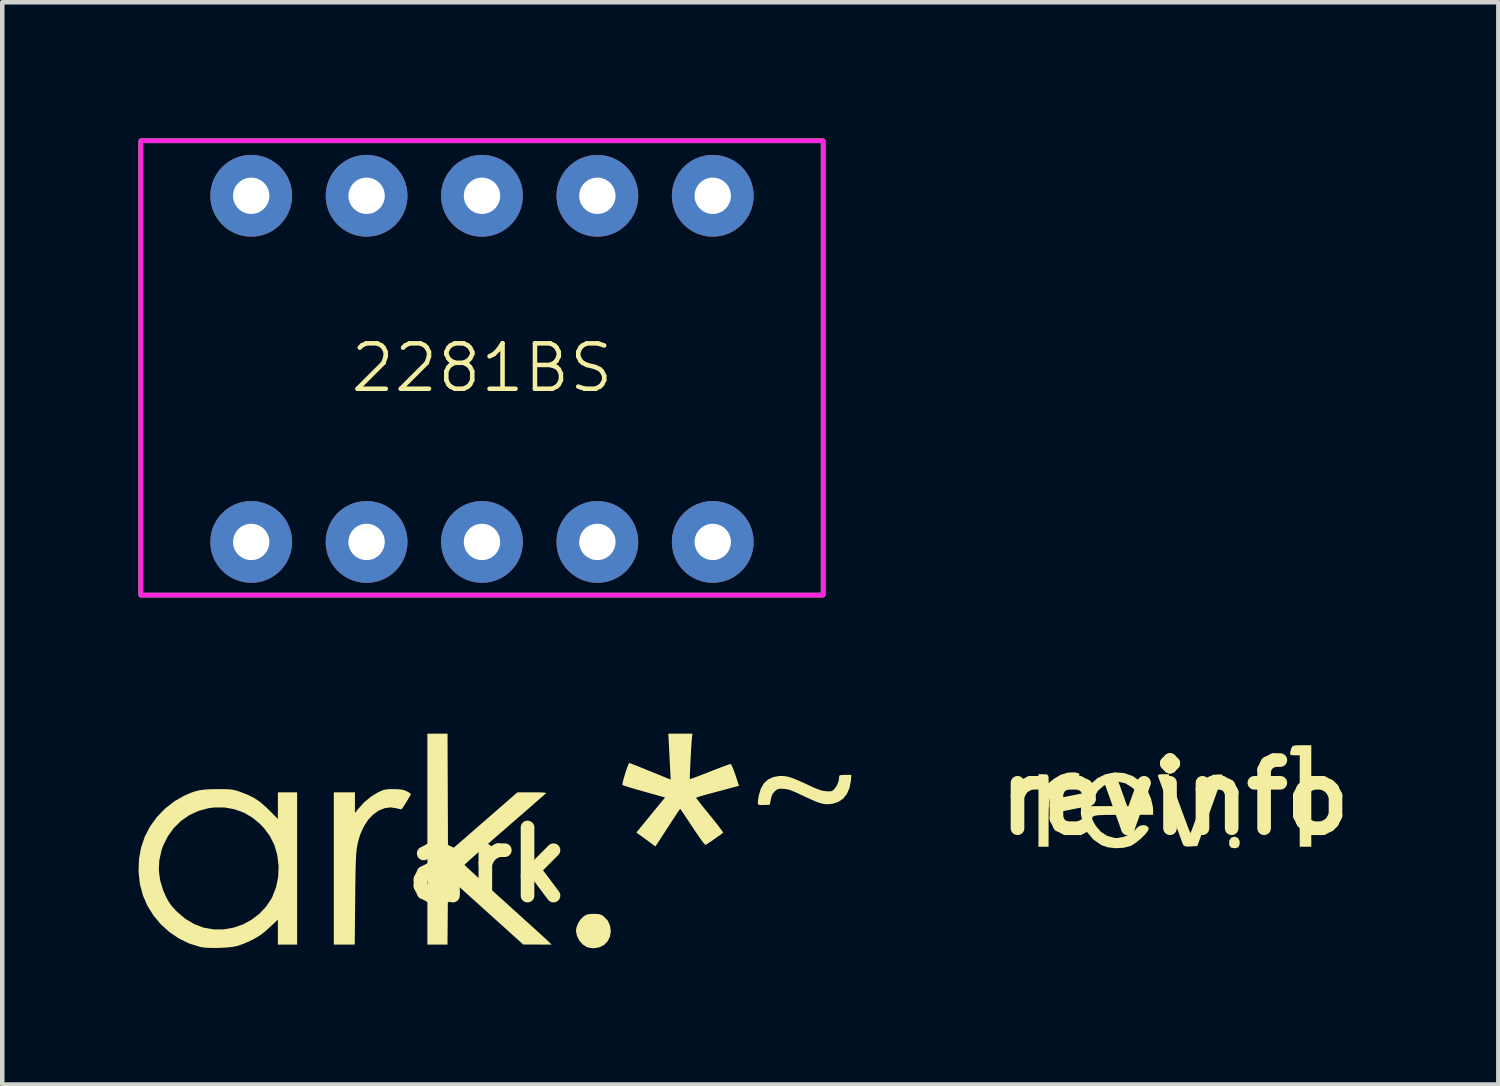
<source format=kicad_pcb>
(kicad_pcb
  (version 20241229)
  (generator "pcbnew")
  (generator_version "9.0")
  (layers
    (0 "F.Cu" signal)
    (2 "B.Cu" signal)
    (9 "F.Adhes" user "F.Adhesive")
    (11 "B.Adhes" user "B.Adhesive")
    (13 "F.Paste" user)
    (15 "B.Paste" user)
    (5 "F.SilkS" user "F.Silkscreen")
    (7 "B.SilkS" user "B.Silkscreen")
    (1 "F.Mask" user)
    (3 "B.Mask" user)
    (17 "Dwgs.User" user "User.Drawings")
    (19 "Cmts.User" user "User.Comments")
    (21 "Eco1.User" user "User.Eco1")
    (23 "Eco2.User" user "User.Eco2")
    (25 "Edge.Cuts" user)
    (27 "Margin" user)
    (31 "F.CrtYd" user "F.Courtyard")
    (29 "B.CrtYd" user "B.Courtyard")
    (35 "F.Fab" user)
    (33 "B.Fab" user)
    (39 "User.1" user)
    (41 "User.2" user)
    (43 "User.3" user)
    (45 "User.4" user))
  (footprint "2281BS"
    (layer "F.Cu")
    (at 7.56 5.07)
    (property "Reference" "2281BS" (at 0 -0.02 0) (unlocked yes) (layer "F.SilkS") (effects (font (size 1 1) (thickness 0.1))))
    (attr through_hole)
    (fp_rect (start -7.51 -5.02) (end 7.51 4.98) (stroke (width 0.1) (type default)) (fill no) (layer "F.SilkS"))
    (fp_rect (start -7.51 -5.02) (end 7.51 4.98) (stroke (width 0.1) (type default)) (fill no) (layer "F.CrtYd"))
    (pad "1" thru_hole circle (at -5.08 3.81) (size 1.8 1.8) (drill 0.8) (layers "*.Cu" "*.Mask"))
    (pad "2" thru_hole circle (at -2.54 3.81) (size 1.8 1.8) (drill 0.8) (layers "*.Cu" "*.Mask"))
    (pad "3" thru_hole circle (at 0 3.81) (size 1.8 1.8) (drill 0.8) (layers "*.Cu" "*.Mask"))
    (pad "4" thru_hole circle (at 2.54 3.81) (size 1.8 1.8) (drill 0.8) (layers "*.Cu" "*.Mask"))
    (pad "5" thru_hole circle (at 5.08 3.81) (size 1.8 1.8) (drill 0.8) (layers "*.Cu" "*.Mask"))
    (pad "6" thru_hole circle (at 5.08 -3.81) (size 1.8 1.8) (drill 0.8) (layers "*.Cu" "*.Mask"))
    (pad "7" thru_hole circle (at 2.54 -3.81) (size 1.8 1.8) (drill 0.8) (layers "*.Cu" "*.Mask"))
    (pad "8" thru_hole circle (at 0 -3.81) (size 1.8 1.8) (drill 0.8) (layers "*.Cu" "*.Mask"))
    (pad "9" thru_hole circle (at -2.54 -3.81) (size 1.8 1.8) (drill 0.8) (layers "*.Cu" "*.Mask"))
    (pad "10" thru_hole circle (at -5.08 -3.81) (size 1.8 1.8) (drill 0.8) (layers "*.Cu" "*.Mask")))
  (footprint "revinfo"
    (layer "F.Cu")
    (at 22.813 14.504)
    (property "Reference" "revinfo" (at 0 0 0) (layer "F.SilkS") (effects (font (size 1.5 1.5) (thickness 0.3))))
    (attr board_only exclude_from_pos_files exclude_from_bom)
    (fp_poly (pts (xy 1.384 0.89) (xy 1.426 0.958) (xy 1.425 1.038) (xy 1.394 1.098) (xy 1.331 1.118) (xy 1.31 1.118) (xy 1.236 1.105) (xy 1.2 1.056) (xy 1.195 1.038) (xy 1.197 0.948) (xy 1.243 0.884) (xy 1.31 0.863)) (stroke (width 0) (type solid)) (fill yes) (layer "F.SilkS"))
    (fp_poly (pts (xy 3.003 -0.032) (xy 3.003 1.086) (xy 2.875 1.086) (xy 2.748 1.086) (xy 2.748 0.08) (xy 2.748 -0.927) (xy 2.635 -0.927) (xy 2.561 -0.931) (xy 2.535 -0.952) (xy 2.542 -1.007) (xy 2.544 -1.014) (xy 2.563 -1.086) (xy 2.59 -1.126) (xy 2.641 -1.145) (xy 2.73 -1.15) (xy 2.797 -1.15) (xy 3.003 -1.15)) (stroke (width 0) (type solid)) (fill yes) (layer "F.SilkS"))
    (fp_poly (pts (xy -2.177 -0.547) (xy -2.115 -0.53) (xy -2.098 -0.503) (xy -2.118 -0.442) (xy -2.126 -0.423) (xy -2.16 -0.358) (xy -2.204 -0.328) (xy -2.282 -0.32) (xy -2.31 -0.319) (xy -2.473 -0.289) (xy -2.614 -0.205) (xy -2.717 -0.075) (xy -2.724 -0.063) (xy -2.745 -0.01) (xy -2.761 0.058) (xy -2.771 0.151) (xy -2.777 0.28) (xy -2.779 0.456) (xy -2.78 0.567) (xy -2.78 1.086) (xy -2.891 1.086) (xy -3.003 1.086) (xy -3.003 0.288) (xy -3.003 -0.511) (xy -2.891 -0.511) (xy -2.816 -0.506) (xy -2.786 -0.479) (xy -2.78 -0.414) (xy -2.78 -0.316) (xy -2.66 -0.412) (xy -2.517 -0.497) (xy -2.357 -0.546) (xy -2.204 -0.552)) (stroke (width 0) (type solid)) (fill yes) (layer "F.SilkS"))
    (fp_poly (pts (xy 0.098 0.142) (xy 0.168 0.332) (xy 0.23 0.5) (xy 0.281 0.636) (xy 0.319 0.733) (xy 0.34 0.781) (xy 0.344 0.785) (xy 0.357 0.754) (xy 0.389 0.671) (xy 0.435 0.546) (xy 0.494 0.388) (xy 0.561 0.205) (xy 0.585 0.14) (xy 0.816 -0.495) (xy 0.935 -0.505) (xy 1.012 -0.505) (xy 1.052 -0.494) (xy 1.054 -0.489) (xy 1.043 -0.453) (xy 1.013 -0.366) (xy 0.967 -0.235) (xy 0.908 -0.069) (xy 0.839 0.124) (xy 0.774 0.304) (xy 0.494 1.07) (xy 0.347 1.08) (xy 0.25 1.081) (xy 0.199 1.063) (xy 0.177 1.032) (xy 0.16 0.986) (xy 0.124 0.89) (xy 0.074 0.752) (xy 0.012 0.583) (xy -0.058 0.39) (xy -0.096 0.288) (xy -0.169 0.088) (xy -0.235 -0.094) (xy -0.292 -0.249) (xy -0.335 -0.367) (xy -0.362 -0.439) (xy -0.368 -0.455) (xy -0.373 -0.491) (xy -0.341 -0.508) (xy -0.264 -0.511) (xy -0.137 -0.511)) (stroke (width 0) (type solid)) (fill yes) (layer "F.SilkS"))
    (fp_poly (pts (xy -1.121 -0.537) (xy -0.929 -0.47) (xy -0.757 -0.352) (xy -0.692 -0.285) (xy -0.597 -0.141) (xy -0.524 0.032) (xy -0.484 0.206) (xy -0.479 0.275) (xy -0.479 0.383) (xy -1.15 0.383) (xy -1.385 0.384) (xy -1.563 0.386) (xy -1.689 0.392) (xy -1.77 0.405) (xy -1.812 0.428) (xy -1.822 0.463) (xy -1.806 0.512) (xy -1.77 0.578) (xy -1.744 0.621) (xy -1.632 0.755) (xy -1.484 0.849) (xy -1.318 0.893) (xy -1.278 0.895) (xy -1.139 0.872) (xy -1 0.813) (xy -0.886 0.73) (xy -0.846 0.681) (xy -0.786 0.63) (xy -0.709 0.609) (xy -0.635 0.618) (xy -0.585 0.655) (xy -0.575 0.691) (xy -0.599 0.745) (xy -0.661 0.821) (xy -0.748 0.906) (xy -0.844 0.986) (xy -0.935 1.048) (xy -0.976 1.069) (xy -1.126 1.108) (xy -1.301 1.118) (xy -1.473 1.099) (xy -1.614 1.053) (xy -1.797 0.925) (xy -1.935 0.761) (xy -2.027 0.57) (xy -2.071 0.362) (xy -2.065 0.192) (xy -1.849 0.192) (xy -1.278 0.192) (xy -0.707 0.192) (xy -0.734 0.1) (xy -0.782 -0.028) (xy -0.852 -0.131) (xy -0.941 -0.218) (xy -1.089 -0.31) (xy -1.248 -0.347) (xy -1.407 -0.33) (xy -1.557 -0.265) (xy -1.686 -0.154) (xy -1.785 -0.001) (xy -1.822 0.1) (xy -1.849 0.192) (xy -2.065 0.192) (xy -2.064 0.149) (xy -2.005 -0.059) (xy -1.892 -0.251) (xy -1.867 -0.281) (xy -1.707 -0.423) (xy -1.522 -0.513) (xy -1.323 -0.551)) (stroke (width 0) (type solid)) (fill yes) (layer "F.SilkS")))
  (footprint "ark"
    (layer "F.Cu")
    (at 7.67 15.987)
    (property "Reference" "ark" (at 0 0 0) (layer "F.SilkS") (effects (font (size 1.5 1.5) (thickness 0.3))))
    (attr board_only exclude_from_pos_files exclude_from_bom)
    (fp_poly (pts (xy 2.433 1.082) (xy 2.488 1.091) (xy 2.531 1.109) (xy 2.571 1.137) (xy 2.657 1.227) (xy 2.709 1.337) (xy 2.726 1.454) (xy 2.708 1.577) (xy 2.658 1.682) (xy 2.58 1.763) (xy 2.478 1.816) (xy 2.359 1.837) (xy 2.348 1.837) (xy 2.275 1.83) (xy 2.209 1.815) (xy 2.191 1.809) (xy 2.103 1.75) (xy 2.03 1.663) (xy 1.979 1.561) (xy 1.959 1.455) (xy 1.959 1.448) (xy 1.974 1.365) (xy 2.014 1.274) (xy 2.07 1.191) (xy 2.133 1.131) (xy 2.182 1.103) (xy 2.233 1.087) (xy 2.302 1.081) (xy 2.352 1.08)) (stroke (width 0) (type solid)) (fill yes) (layer "F.SilkS"))
    (fp_poly (pts (xy -1.958 -1.664) (xy -1.882 -1.656) (xy -1.822 -1.642) (xy -1.772 -1.621) (xy -1.718 -1.593) (xy -1.683 -1.567) (xy -1.676 -1.556) (xy -1.686 -1.533) (xy -1.712 -1.486) (xy -1.749 -1.424) (xy -1.789 -1.357) (xy -1.829 -1.294) (xy -1.861 -1.247) (xy -1.876 -1.227) (xy -1.901 -1.224) (xy -1.951 -1.233) (xy -1.989 -1.243) (xy -2.121 -1.264) (xy -2.252 -1.246) (xy -2.38 -1.194) (xy -2.5 -1.111) (xy -2.609 -0.998) (xy -2.703 -0.858) (xy -2.779 -0.696) (xy -2.794 -0.652) (xy -2.815 -0.586) (xy -2.833 -0.525) (xy -2.847 -0.464) (xy -2.86 -0.399) (xy -2.87 -0.325) (xy -2.878 -0.24) (xy -2.884 -0.138) (xy -2.889 -0.017) (xy -2.893 0.129) (xy -2.896 0.304) (xy -2.899 0.51) (xy -2.901 0.752) (xy -2.911 1.757) (xy -3.142 1.757) (xy -3.372 1.757) (xy -3.372 0.081) (xy -3.372 -1.595) (xy -3.14 -1.595) (xy -2.907 -1.595) (xy -2.907 -1.368) (xy -2.906 -1.141) (xy -2.842 -1.222) (xy -2.7 -1.379) (xy -2.545 -1.507) (xy -2.407 -1.59) (xy -2.332 -1.626) (xy -2.273 -1.648) (xy -2.217 -1.66) (xy -2.148 -1.665) (xy -2.061 -1.666)) (stroke (width 0) (type solid)) (fill yes) (layer "F.SilkS"))
    (fp_poly (pts (xy -0.863 -1.576) (xy -0.858 -0.265) (xy -0.094 -0.93) (xy 0.67 -1.595) (xy 0.995 -1.595) (xy 1.117 -1.595) (xy 1.203 -1.593) (xy 1.259 -1.59) (xy 1.289 -1.585) (xy 1.298 -1.577) (xy 1.291 -1.567) (xy 1.271 -1.549) (xy 1.223 -1.506) (xy 1.15 -1.443) (xy 1.055 -1.36) (xy 0.941 -1.26) (xy 0.81 -1.147) (xy 0.666 -1.021) (xy 0.511 -0.887) (xy 0.384 -0.776) (xy 0.223 -0.637) (xy 0.072 -0.505) (xy -0.067 -0.383) (xy -0.191 -0.274) (xy -0.298 -0.18) (xy -0.384 -0.103) (xy -0.447 -0.045) (xy -0.485 -0.01) (xy -0.495 0.001) (xy -0.48 0.016) (xy -0.438 0.057) (xy -0.371 0.119) (xy -0.282 0.202) (xy -0.174 0.301) (xy -0.049 0.416) (xy 0.091 0.543) (xy 0.242 0.68) (xy 0.384 0.807) (xy 0.546 0.954) (xy 0.701 1.094) (xy 0.846 1.226) (xy 0.979 1.346) (xy 1.096 1.452) (xy 1.193 1.541) (xy 1.27 1.61) (xy 1.321 1.658) (xy 1.342 1.678) (xy 1.423 1.757) (xy 1.11 1.756) (xy 0.798 1.755) (xy -0.03 1.009) (xy -0.858 0.263) (xy -0.863 1.01) (xy -0.869 1.757) (xy -1.091 1.757) (xy -1.312 1.757) (xy -1.312 -0.565) (xy -1.312 -2.887) (xy -1.09 -2.887) (xy -0.868 -2.887)) (stroke (width 0) (type solid)) (fill yes) (layer "F.SilkS"))
    (fp_poly (pts (xy 8.011 -1.852) (xy 7.982 -1.695) (xy 7.925 -1.563) (xy 7.842 -1.458) (xy 7.734 -1.384) (xy 7.604 -1.342) (xy 7.497 -1.333) (xy 7.439 -1.336) (xy 7.379 -1.346) (xy 7.309 -1.366) (xy 7.225 -1.398) (xy 7.119 -1.445) (xy 6.984 -1.507) (xy 6.956 -1.52) (xy 6.836 -1.577) (xy 6.743 -1.617) (xy 6.671 -1.645) (xy 6.611 -1.661) (xy 6.557 -1.67) (xy 6.53 -1.672) (xy 6.459 -1.675) (xy 6.412 -1.669) (xy 6.375 -1.65) (xy 6.34 -1.621) (xy 6.295 -1.572) (xy 6.267 -1.511) (xy 6.25 -1.442) (xy 6.226 -1.322) (xy 6.101 -1.316) (xy 6.027 -1.315) (xy 5.985 -1.322) (xy 5.966 -1.338) (xy 5.964 -1.341) (xy 5.962 -1.375) (xy 5.968 -1.436) (xy 5.981 -1.512) (xy 5.984 -1.529) (xy 6.029 -1.678) (xy 6.096 -1.794) (xy 6.187 -1.878) (xy 6.302 -1.931) (xy 6.42 -1.953) (xy 6.493 -1.956) (xy 6.564 -1.951) (xy 6.64 -1.936) (xy 6.727 -1.908) (xy 6.833 -1.865) (xy 6.964 -1.807) (xy 7.036 -1.773) (xy 7.159 -1.716) (xy 7.254 -1.675) (xy 7.329 -1.647) (xy 7.392 -1.63) (xy 7.449 -1.621) (xy 7.463 -1.62) (xy 7.534 -1.616) (xy 7.579 -1.62) (xy 7.612 -1.636) (xy 7.648 -1.669) (xy 7.649 -1.67) (xy 7.703 -1.746) (xy 7.74 -1.843) (xy 7.753 -1.933) (xy 7.756 -1.958) (xy 7.771 -1.971) (xy 7.807 -1.977) (xy 7.873 -1.979) (xy 7.887 -1.979) (xy 8.021 -1.979)) (stroke (width 0) (type solid)) (fill yes) (layer "F.SilkS"))
    (fp_poly (pts (xy -5.803 -1.665) (xy -5.71 -1.663) (xy -5.639 -1.658) (xy -5.58 -1.649) (xy -5.524 -1.635) (xy -5.46 -1.615) (xy -5.42 -1.601) (xy -5.256 -1.537) (xy -5.116 -1.465) (xy -4.987 -1.377) (xy -4.858 -1.265) (xy -4.79 -1.198) (xy -4.603 -1.009) (xy -4.603 -1.302) (xy -4.603 -1.595) (xy -4.391 -1.595) (xy -4.179 -1.595) (xy -4.179 0.081) (xy -4.179 1.757) (xy -4.391 1.757) (xy -4.603 1.757) (xy -4.603 1.481) (xy -4.603 1.206) (xy -4.751 1.347) (xy -4.827 1.416) (xy -4.904 1.482) (xy -4.97 1.535) (xy -4.994 1.552) (xy -5.106 1.62) (xy -5.239 1.688) (xy -5.377 1.746) (xy -5.5 1.788) (xy -5.502 1.788) (xy -5.592 1.806) (xy -5.71 1.819) (xy -5.844 1.827) (xy -5.983 1.831) (xy -6.116 1.829) (xy -6.231 1.821) (xy -6.31 1.809) (xy -6.553 1.734) (xy -6.78 1.624) (xy -6.989 1.482) (xy -7.177 1.313) (xy -7.338 1.121) (xy -7.472 0.907) (xy -7.573 0.677) (xy -7.638 0.434) (xy -7.642 0.415) (xy -7.67 0.144) (xy -7.669 0.116) (xy -7.224 0.116) (xy -7.196 0.338) (xy -7.128 0.562) (xy -7.074 0.685) (xy -7.023 0.784) (xy -6.973 0.863) (xy -6.914 0.937) (xy -6.836 1.02) (xy -6.817 1.039) (xy -6.637 1.191) (xy -6.443 1.306) (xy -6.237 1.384) (xy -6.022 1.422) (xy -5.798 1.422) (xy -5.57 1.382) (xy -5.368 1.311) (xy -5.179 1.207) (xy -5.008 1.076) (xy -4.863 0.922) (xy -4.748 0.75) (xy -4.725 0.704) (xy -4.642 0.489) (xy -4.596 0.267) (xy -4.588 0.032) (xy -4.59 0) (xy -4.62 -0.231) (xy -4.682 -0.44) (xy -4.779 -0.632) (xy -4.911 -0.81) (xy -4.987 -0.891) (xy -5.161 -1.037) (xy -5.353 -1.148) (xy -5.56 -1.223) (xy -5.779 -1.262) (xy -6.006 -1.262) (xy -6.138 -1.244) (xy -6.354 -1.185) (xy -6.555 -1.091) (xy -6.736 -0.965) (xy -6.894 -0.809) (xy -7.025 -0.628) (xy -7.127 -0.424) (xy -7.161 -0.329) (xy -7.212 -0.106) (xy -7.224 0.116) (xy -7.669 0.116) (xy -7.661 -0.122) (xy -7.615 -0.377) (xy -7.533 -0.62) (xy -7.416 -0.845) (xy -7.263 -1.055) (xy -7.082 -1.241) (xy -6.878 -1.4) (xy -6.673 -1.517) (xy -6.555 -1.57) (xy -6.45 -1.61) (xy -6.348 -1.637) (xy -6.238 -1.654) (xy -6.11 -1.663) (xy -5.954 -1.665) (xy -5.926 -1.665)) (stroke (width 0) (type solid)) (fill yes) (layer "F.SilkS"))
    (fp_poly (pts (xy 4.513 -2.801) (xy 4.507 -2.744) (xy 4.501 -2.66) (xy 4.495 -2.558) (xy 4.488 -2.444) (xy 4.482 -2.324) (xy 4.476 -2.207) (xy 4.471 -2.098) (xy 4.467 -2.005) (xy 4.465 -1.935) (xy 4.465 -1.894) (xy 4.466 -1.887) (xy 4.486 -1.892) (xy 4.539 -1.91) (xy 4.618 -1.939) (xy 4.718 -1.977) (xy 4.835 -2.022) (xy 4.906 -2.05) (xy 5.03 -2.099) (xy 5.143 -2.142) (xy 5.238 -2.178) (xy 5.31 -2.204) (xy 5.353 -2.219) (xy 5.362 -2.221) (xy 5.378 -2.203) (xy 5.403 -2.153) (xy 5.433 -2.079) (xy 5.466 -1.987) (xy 5.468 -1.98) (xy 5.548 -1.74) (xy 5.404 -1.701) (xy 5.334 -1.682) (xy 5.235 -1.655) (xy 5.119 -1.624) (xy 4.996 -1.591) (xy 4.932 -1.574) (xy 4.823 -1.545) (xy 4.73 -1.518) (xy 4.658 -1.496) (xy 4.614 -1.48) (xy 4.603 -1.474) (xy 4.616 -1.456) (xy 4.65 -1.411) (xy 4.703 -1.343) (xy 4.771 -1.258) (xy 4.851 -1.16) (xy 4.906 -1.092) (xy 4.991 -0.987) (xy 5.065 -0.893) (xy 5.127 -0.813) (xy 5.171 -0.753) (xy 5.196 -0.716) (xy 5.199 -0.707) (xy 5.18 -0.691) (xy 5.136 -0.658) (xy 5.075 -0.615) (xy 5.005 -0.566) (xy 4.935 -0.518) (xy 4.872 -0.476) (xy 4.825 -0.445) (xy 4.813 -0.438) (xy 4.794 -0.45) (xy 4.756 -0.494) (xy 4.701 -0.569) (xy 4.629 -0.672) (xy 4.543 -0.801) (xy 4.525 -0.828) (xy 4.451 -0.941) (xy 4.384 -1.041) (xy 4.328 -1.125) (xy 4.285 -1.188) (xy 4.259 -1.224) (xy 4.253 -1.232) (xy 4.24 -1.215) (xy 4.209 -1.17) (xy 4.161 -1.099) (xy 4.102 -1.009) (xy 4.033 -0.903) (xy 3.978 -0.818) (xy 3.904 -0.703) (xy 3.837 -0.601) (xy 3.782 -0.516) (xy 3.74 -0.452) (xy 3.714 -0.414) (xy 3.708 -0.405) (xy 3.691 -0.417) (xy 3.649 -0.448) (xy 3.586 -0.494) (xy 3.509 -0.55) (xy 3.497 -0.559) (xy 3.289 -0.711) (xy 3.366 -0.805) (xy 3.403 -0.851) (xy 3.461 -0.922) (xy 3.533 -1.009) (xy 3.612 -1.106) (xy 3.681 -1.19) (xy 3.92 -1.482) (xy 3.459 -1.611) (xy 3.329 -1.648) (xy 3.211 -1.682) (xy 3.112 -1.712) (xy 3.037 -1.736) (xy 2.992 -1.751) (xy 2.981 -1.756) (xy 2.981 -1.78) (xy 2.992 -1.832) (xy 3.011 -1.904) (xy 3.035 -1.986) (xy 3.061 -2.069) (xy 3.088 -2.145) (xy 3.111 -2.204) (xy 3.128 -2.237) (xy 3.133 -2.241) (xy 3.155 -2.234) (xy 3.209 -2.213) (xy 3.289 -2.182) (xy 3.389 -2.142) (xy 3.504 -2.095) (xy 3.547 -2.078) (xy 3.669 -2.028) (xy 3.78 -1.983) (xy 3.875 -1.944) (xy 3.947 -1.915) (xy 3.99 -1.898) (xy 3.996 -1.895) (xy 4.044 -1.876) (xy 4.031 -2.129) (xy 4.024 -2.261) (xy 4.017 -2.41) (xy 4.009 -2.555) (xy 4.005 -2.635) (xy 3.992 -2.887) (xy 4.257 -2.887) (xy 4.522 -2.887)) (stroke (width 0) (type solid)) (fill yes) (layer "F.SilkS")))
  (gr_rect
    (start -3 -3)
    (end 29.934 20.824)
    (stroke (width 0.1) (type default))
    (fill no)
    (layer "Edge.Cuts")))
</source>
